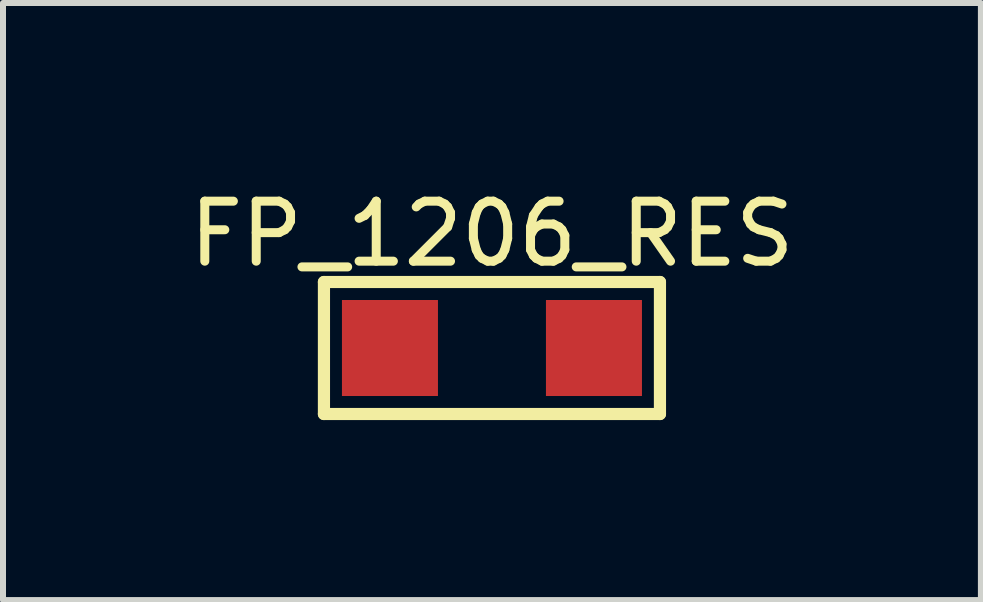
<source format=kicad_pcb>
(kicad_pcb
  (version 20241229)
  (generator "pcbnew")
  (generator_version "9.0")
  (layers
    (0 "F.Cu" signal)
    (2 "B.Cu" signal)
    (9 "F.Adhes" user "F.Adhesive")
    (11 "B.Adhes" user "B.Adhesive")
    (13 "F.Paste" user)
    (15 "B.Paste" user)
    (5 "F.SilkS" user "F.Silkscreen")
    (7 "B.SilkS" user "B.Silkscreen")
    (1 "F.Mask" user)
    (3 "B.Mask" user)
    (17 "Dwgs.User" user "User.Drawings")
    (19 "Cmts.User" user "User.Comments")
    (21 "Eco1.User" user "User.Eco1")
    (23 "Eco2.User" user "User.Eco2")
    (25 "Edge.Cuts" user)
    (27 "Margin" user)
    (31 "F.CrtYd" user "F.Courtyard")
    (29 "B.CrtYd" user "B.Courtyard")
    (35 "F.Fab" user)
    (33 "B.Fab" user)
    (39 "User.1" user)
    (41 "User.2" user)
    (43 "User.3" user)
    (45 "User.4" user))
  (footprint "FP_1206_RES"
    (layer "F.Cu")
    (at 5.149 2.75)
    (property "Reference" "FP_1206_RES" (at 0 -1.902 0) (layer "F.SilkS") (effects (font (size 1 1) (thickness 0.15))))
    (fp_line (start -2.8 -1.1) (end 2.8 -1.1) (stroke (width 0.203) (type solid)) (layer "F.SilkS"))
    (fp_line (start -2.8 1.1) (end -2.8 -1.1) (stroke (width 0.203) (type solid)) (layer "F.SilkS"))
    (fp_line (start -2.8 1.1) (end 2.8 1.1) (stroke (width 0.203) (type solid)) (layer "F.SilkS"))
    (fp_line (start 2.8 1.1) (end 2.8 -1.1) (stroke (width 0.203) (type solid)) (layer "F.SilkS"))
    (pad "1" smd rect (at -1.7 0 90) (size 1.6 1.6) (layers "F.Cu" "F.Mask" "F.Paste"))
    (pad "2" smd rect (at 1.7 0 90) (size 1.6 1.6) (layers "F.Cu" "F.Mask" "F.Paste")))
  (gr_rect
    (start -3 -3)
    (end 13.298 6.951)
    (stroke (width 0.1) (type default))
    (fill no)
    (layer "Edge.Cuts")))
</source>
